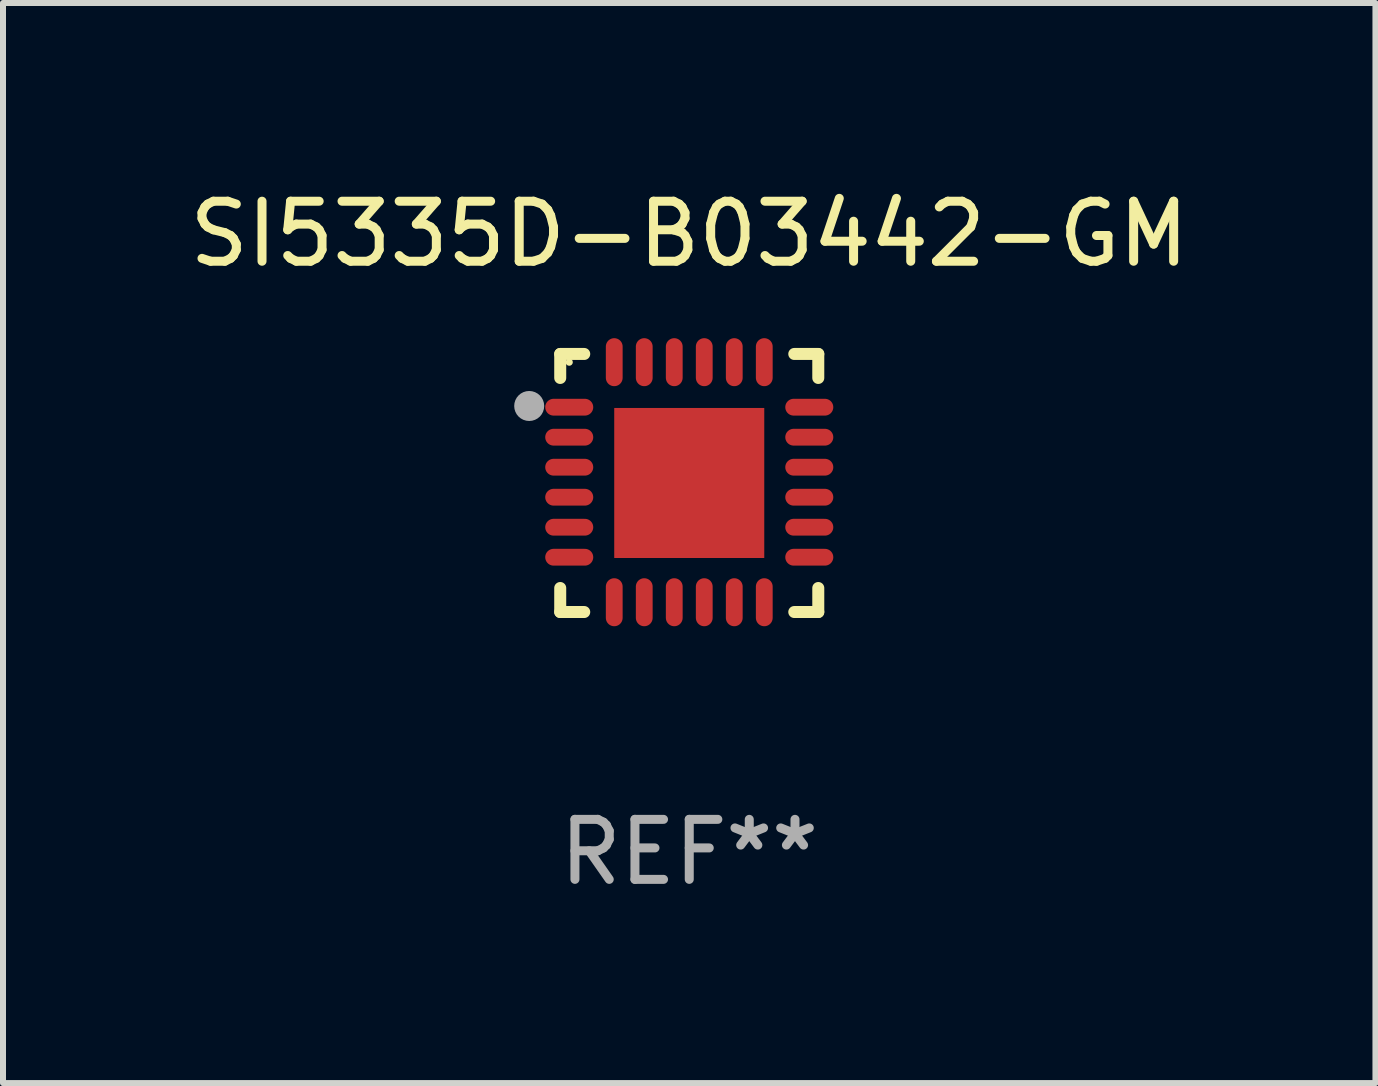
<source format=kicad_pcb>
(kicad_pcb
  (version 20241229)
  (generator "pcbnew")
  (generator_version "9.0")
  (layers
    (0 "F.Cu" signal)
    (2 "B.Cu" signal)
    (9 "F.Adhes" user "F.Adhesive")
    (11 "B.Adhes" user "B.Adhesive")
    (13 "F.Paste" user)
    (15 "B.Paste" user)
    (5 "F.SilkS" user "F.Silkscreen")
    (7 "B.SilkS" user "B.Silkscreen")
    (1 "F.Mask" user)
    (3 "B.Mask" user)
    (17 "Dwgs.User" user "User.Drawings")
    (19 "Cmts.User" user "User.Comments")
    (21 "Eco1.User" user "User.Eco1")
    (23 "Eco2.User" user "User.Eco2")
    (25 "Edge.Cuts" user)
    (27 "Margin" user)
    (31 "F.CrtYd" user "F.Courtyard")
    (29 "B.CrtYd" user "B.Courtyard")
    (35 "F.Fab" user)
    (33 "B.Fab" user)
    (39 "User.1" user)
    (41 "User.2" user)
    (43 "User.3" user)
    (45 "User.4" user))
  (footprint "SI5335D-B03442-GM"
    (layer "F.Cu")
    (at 8.435 4.998)
    (property "Reference" "SI5335D-B03442-GM" (at 0 -4.15 0) (layer "F.SilkS") (effects (font (size 1 1) (thickness 0.15))))
    (attr through_hole)
    (fp_line (start -2.15 -2.15) (end -1.75 -2.15) (stroke (width 0.2) (type solid)) (layer "F.SilkS"))
    (fp_line (start -2.15 -1.75) (end -2.15 -2.15) (stroke (width 0.2) (type solid)) (layer "F.SilkS"))
    (fp_line (start -2.15 2.15) (end -2.15 1.75) (stroke (width 0.2) (type solid)) (layer "F.SilkS"))
    (fp_line (start -1.75 2.15) (end -2.15 2.15) (stroke (width 0.2) (type solid)) (layer "F.SilkS"))
    (fp_line (start 1.75 -2.15) (end 2.15 -2.15) (stroke (width 0.2) (type solid)) (layer "F.SilkS"))
    (fp_line (start 1.75 2.15) (end 2.15 2.15) (stroke (width 0.2) (type solid)) (layer "F.SilkS"))
    (fp_line (start 2.15 -2.15) (end 2.15 -1.75) (stroke (width 0.2) (type solid)) (layer "F.SilkS"))
    (fp_line (start 2.15 2.15) (end 2.15 1.75) (stroke (width 0.2) (type solid)) (layer "F.SilkS"))
    (fp_circle (center -2 -2.013) (end -1.97 -2.013) (stroke (width 0.06) (type solid)) (fill no) (layer "F.SilkS"))
    (fp_circle (center -2.667 -1.283) (end -2.542 -1.283) (stroke (width 0.25) (type solid)) (fill no) (layer "F.Fab"))
    (fp_text user "REF**" (at 0 6.15 0) (layer "F.Fab") (effects (font (size 1 1) (thickness 0.15))))
    (pad "1" smd oval (at -2 -1.263) (size 0.8 0.28) (layers "F.Cu" "F.Mask" "F.Paste"))
    (pad "2" smd oval (at -2 -0.763) (size 0.8 0.28) (layers "F.Cu" "F.Mask" "F.Paste"))
    (pad "3" smd oval (at -2 -0.263) (size 0.8 0.28) (layers "F.Cu" "F.Mask" "F.Paste"))
    (pad "4" smd oval (at -2 0.237) (size 0.8 0.28) (layers "F.Cu" "F.Mask" "F.Paste"))
    (pad "5" smd oval (at -2 0.737) (size 0.8 0.28) (layers "F.Cu" "F.Mask" "F.Paste"))
    (pad "6" smd oval (at -2 1.237) (size 0.8 0.28) (layers "F.Cu" "F.Mask" "F.Paste"))
    (pad "7" smd oval (at -1.25 1.987) (size 0.28 0.8) (layers "F.Cu" "F.Mask" "F.Paste"))
    (pad "8" smd oval (at -0.75 1.987) (size 0.28 0.8) (layers "F.Cu" "F.Mask" "F.Paste"))
    (pad "9" smd oval (at -0.25 1.987) (size 0.28 0.8) (layers "F.Cu" "F.Mask" "F.Paste"))
    (pad "10" smd oval (at 0.25 1.987) (size 0.28 0.8) (layers "F.Cu" "F.Mask" "F.Paste"))
    (pad "11" smd oval (at 0.75 1.987) (size 0.28 0.8) (layers "F.Cu" "F.Mask" "F.Paste"))
    (pad "12" smd oval (at 1.25 1.987) (size 0.28 0.8) (layers "F.Cu" "F.Mask" "F.Paste"))
    (pad "13" smd oval (at 2 1.237) (size 0.8 0.28) (layers "F.Cu" "F.Mask" "F.Paste"))
    (pad "14" smd oval (at 2 0.737) (size 0.8 0.28) (layers "F.Cu" "F.Mask" "F.Paste"))
    (pad "15" smd oval (at 2 0.237) (size 0.8 0.28) (layers "F.Cu" "F.Mask" "F.Paste"))
    (pad "16" smd oval (at 2 -0.263) (size 0.8 0.28) (layers "F.Cu" "F.Mask" "F.Paste"))
    (pad "17" smd oval (at 2 -0.763) (size 0.8 0.28) (layers "F.Cu" "F.Mask" "F.Paste"))
    (pad "18" smd oval (at 2 -1.263) (size 0.8 0.28) (layers "F.Cu" "F.Mask" "F.Paste"))
    (pad "19" smd oval (at 1.25 -2.013) (size 0.28 0.8) (layers "F.Cu" "F.Mask" "F.Paste"))
    (pad "20" smd oval (at 0.75 -2.013) (size 0.28 0.8) (layers "F.Cu" "F.Mask" "F.Paste"))
    (pad "21" smd oval (at 0.25 -2.013) (size 0.28 0.8) (layers "F.Cu" "F.Mask" "F.Paste"))
    (pad "22" smd oval (at -0.25 -2.013) (size 0.28 0.8) (layers "F.Cu" "F.Mask" "F.Paste"))
    (pad "23" smd oval (at -0.75 -2.013) (size 0.28 0.8) (layers "F.Cu" "F.Mask" "F.Paste"))
    (pad "24" smd oval (at -1.25 -2.013) (size 0.28 0.8) (layers "F.Cu" "F.Mask" "F.Paste"))
    (pad "25" smd rect (at -0.000127 -0.00014) (size 2.5 2.5) (layers "F.Cu" "F.Mask" "F.Paste")))
  (gr_rect
    (start -3 -3)
    (end 19.869 14.997)
    (stroke (width 0.1) (type default))
    (fill no)
    (layer "Edge.Cuts")))
</source>
